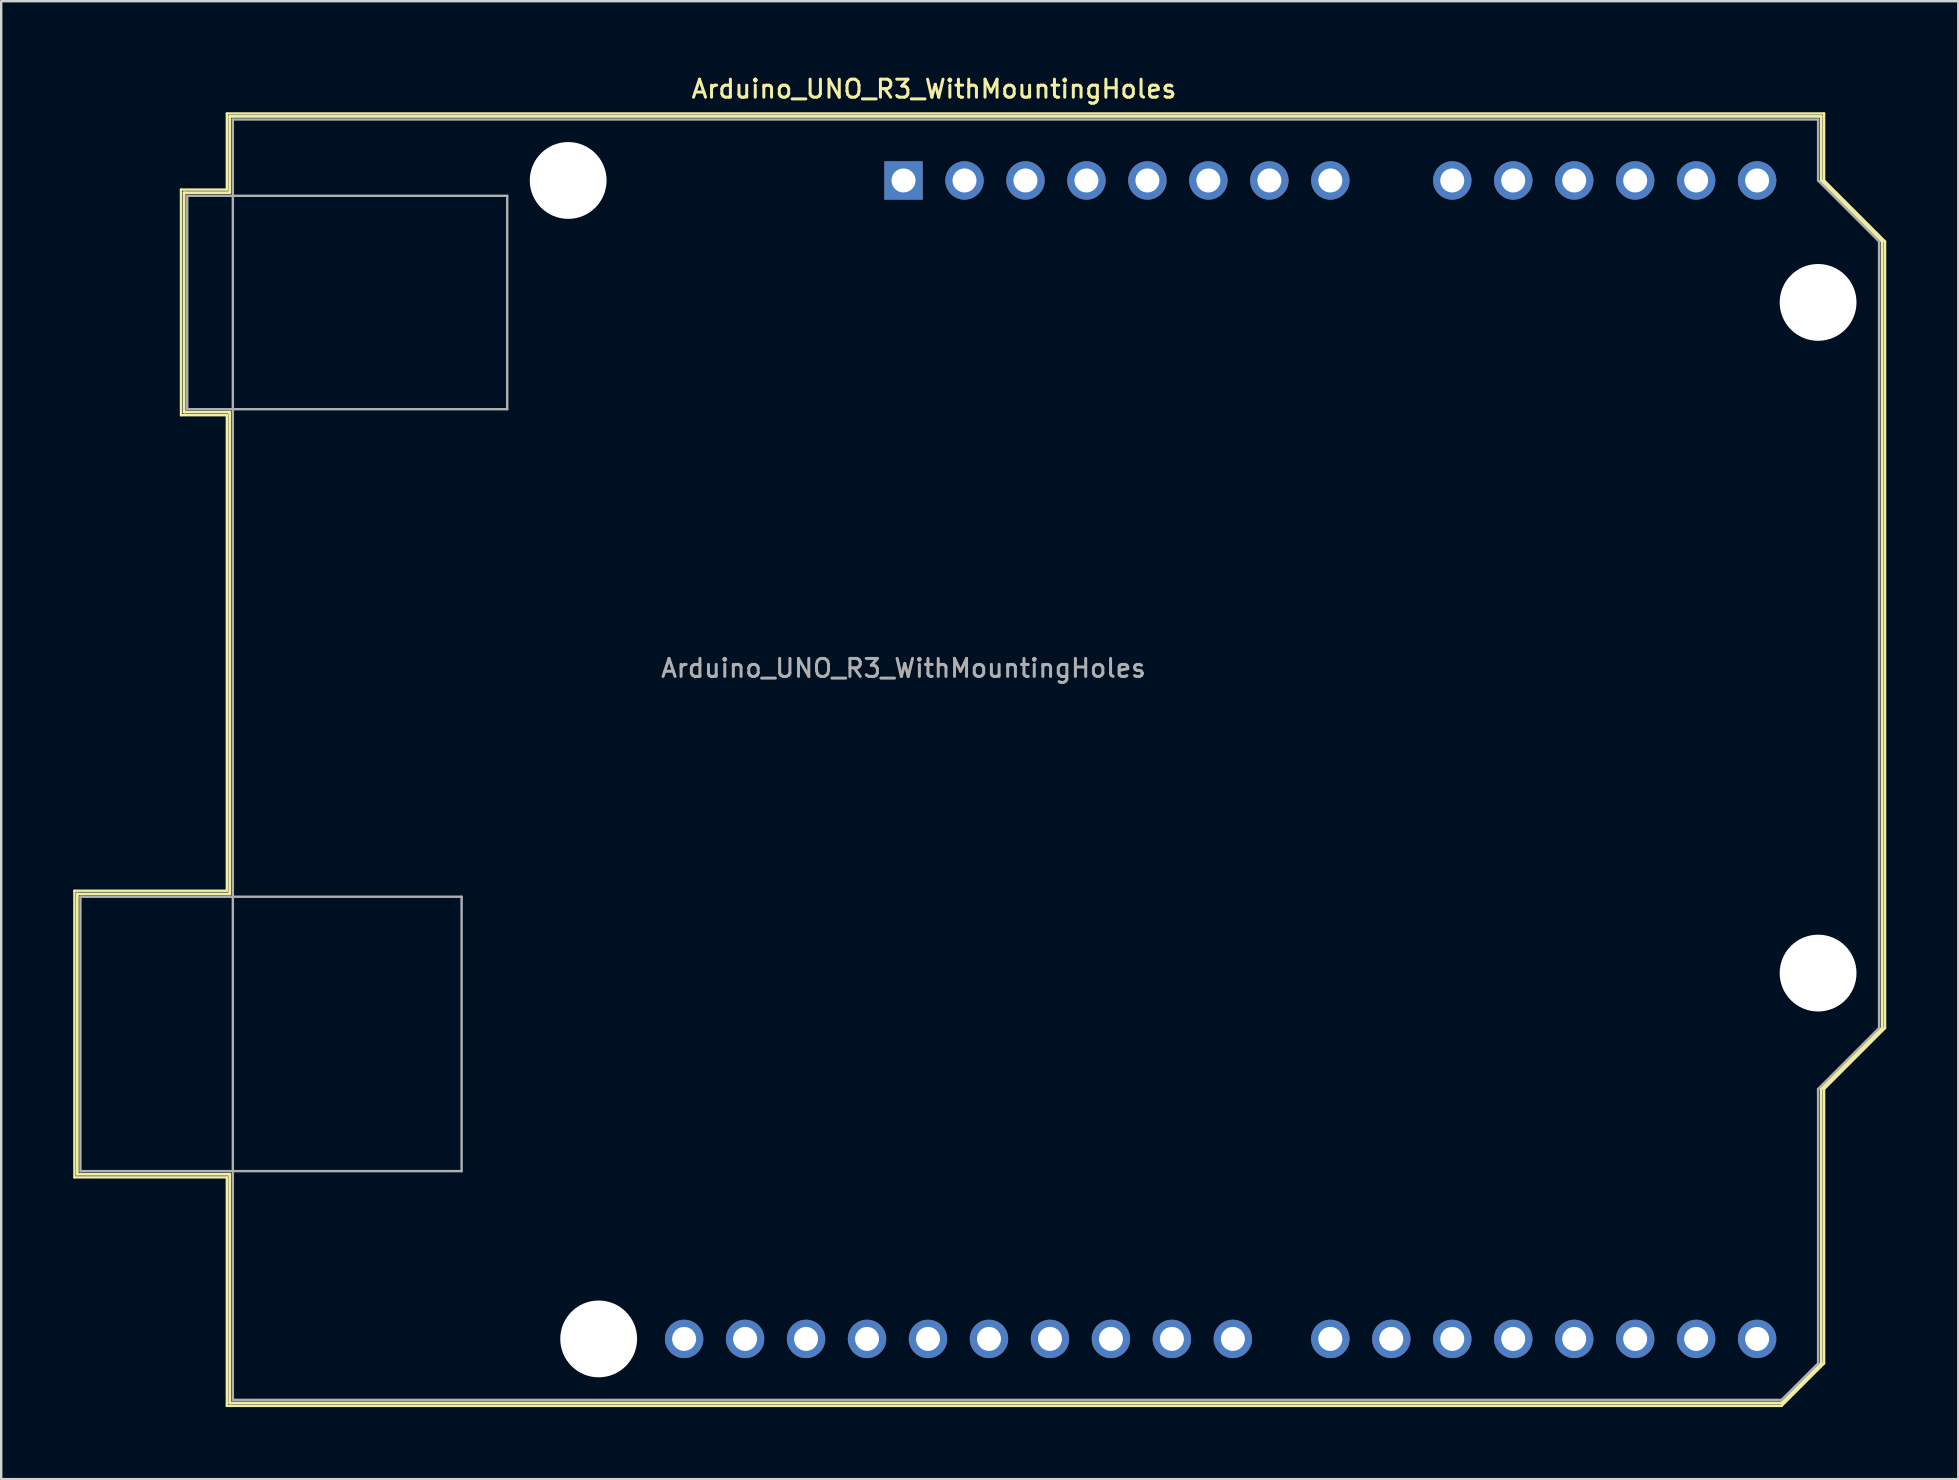
<source format=kicad_pcb>
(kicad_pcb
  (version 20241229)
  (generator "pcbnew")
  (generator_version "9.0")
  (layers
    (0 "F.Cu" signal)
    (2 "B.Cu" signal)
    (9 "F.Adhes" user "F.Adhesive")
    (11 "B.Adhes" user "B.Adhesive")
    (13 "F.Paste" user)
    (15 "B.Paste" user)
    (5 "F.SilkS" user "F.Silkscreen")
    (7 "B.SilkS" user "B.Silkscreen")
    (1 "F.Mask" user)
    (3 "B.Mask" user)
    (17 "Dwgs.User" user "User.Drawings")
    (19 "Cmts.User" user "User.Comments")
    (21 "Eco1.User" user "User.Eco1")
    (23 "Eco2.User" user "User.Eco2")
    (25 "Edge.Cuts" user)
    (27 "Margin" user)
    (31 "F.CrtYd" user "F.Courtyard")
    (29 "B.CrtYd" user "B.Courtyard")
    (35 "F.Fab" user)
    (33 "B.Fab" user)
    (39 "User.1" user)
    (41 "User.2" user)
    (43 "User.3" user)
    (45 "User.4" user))
  (footprint "Arduino_UNO_R3_WithMountingHoles"
    (layer "F.Cu")
    (at 34.59 4.468)
    (property "Reference" "Arduino_UNO_R3_WithMountingHoles" (at 1.27 -3.81 180) (layer "F.SilkS") (effects (font (size 0.75 0.75) (thickness 0.125))))
    (attr through_hole)
    (fp_line (start -34.54 29.59) (end -28.19 29.59) (stroke (width 0.1) (type solid)) (layer "F.SilkS"))
    (fp_line (start -34.54 41.53) (end -34.54 29.59) (stroke (width 0.1) (type solid)) (layer "F.SilkS"))
    (fp_line (start -34.42 29.72) (end -34.42 41.4) (stroke (width 0.12) (type solid)) (layer "F.SilkS"))
    (fp_line (start -34.42 41.4) (end -28.07 41.4) (stroke (width 0.12) (type solid)) (layer "F.SilkS"))
    (fp_line (start -30.1 0.38) (end -28.19 0.38) (stroke (width 0.1) (type solid)) (layer "F.SilkS"))
    (fp_line (start -30.1 9.78) (end -30.1 0.38) (stroke (width 0.1) (type solid)) (layer "F.SilkS"))
    (fp_line (start -29.97 0.51) (end -29.97 9.65) (stroke (width 0.12) (type solid)) (layer "F.SilkS"))
    (fp_line (start -29.97 9.65) (end -28.07 9.65) (stroke (width 0.12) (type solid)) (layer "F.SilkS"))
    (fp_line (start -28.19 -2.79) (end 38.35 -2.79) (stroke (width 0.1) (type solid)) (layer "F.SilkS"))
    (fp_line (start -28.19 0.38) (end -28.19 -2.79) (stroke (width 0.1) (type solid)) (layer "F.SilkS"))
    (fp_line (start -28.19 9.78) (end -30.1 9.78) (stroke (width 0.1) (type solid)) (layer "F.SilkS"))
    (fp_line (start -28.19 29.59) (end -28.19 9.78) (stroke (width 0.1) (type solid)) (layer "F.SilkS"))
    (fp_line (start -28.19 41.53) (end -34.54 41.53) (stroke (width 0.1) (type solid)) (layer "F.SilkS"))
    (fp_line (start -28.19 51.05) (end -28.19 41.53) (stroke (width 0.1) (type solid)) (layer "F.SilkS"))
    (fp_line (start -28.07 -2.67) (end -28.07 0.51) (stroke (width 0.12) (type solid)) (layer "F.SilkS"))
    (fp_line (start -28.07 0.51) (end -29.97 0.51) (stroke (width 0.12) (type solid)) (layer "F.SilkS"))
    (fp_line (start -28.07 9.65) (end -28.07 29.72) (stroke (width 0.12) (type solid)) (layer "F.SilkS"))
    (fp_line (start -28.07 29.72) (end -34.42 29.72) (stroke (width 0.12) (type solid)) (layer "F.SilkS"))
    (fp_line (start -28.07 41.4) (end -28.07 50.93) (stroke (width 0.12) (type solid)) (layer "F.SilkS"))
    (fp_line (start -28.07 50.93) (end 36.58 50.93) (stroke (width 0.12) (type solid)) (layer "F.SilkS"))
    (fp_line (start 36.58 50.93) (end 38.23 49.28) (stroke (width 0.12) (type solid)) (layer "F.SilkS"))
    (fp_line (start 36.58 51.05) (end -28.19 51.05) (stroke (width 0.1) (type solid)) (layer "F.SilkS"))
    (fp_line (start 38.23 -2.67) (end -28.07 -2.67) (stroke (width 0.12) (type solid)) (layer "F.SilkS"))
    (fp_line (start 38.23 0) (end 38.23 -2.67) (stroke (width 0.12) (type solid)) (layer "F.SilkS"))
    (fp_line (start 38.23 37.85) (end 40.77 35.31) (stroke (width 0.12) (type solid)) (layer "F.SilkS"))
    (fp_line (start 38.23 49.28) (end 38.23 37.85) (stroke (width 0.12) (type solid)) (layer "F.SilkS"))
    (fp_line (start 38.35 -2.79) (end 38.35 0) (stroke (width 0.1) (type solid)) (layer "F.SilkS"))
    (fp_line (start 38.35 0) (end 40.89 2.54) (stroke (width 0.1) (type solid)) (layer "F.SilkS"))
    (fp_line (start 38.35 37.85) (end 38.35 49.28) (stroke (width 0.1) (type solid)) (layer "F.SilkS"))
    (fp_line (start 38.35 49.28) (end 36.58 51.05) (stroke (width 0.1) (type solid)) (layer "F.SilkS"))
    (fp_line (start 40.77 2.54) (end 38.23 0) (stroke (width 0.12) (type solid)) (layer "F.SilkS"))
    (fp_line (start 40.77 35.31) (end 40.77 2.54) (stroke (width 0.12) (type solid)) (layer "F.SilkS"))
    (fp_line (start 40.89 2.54) (end 40.89 35.31) (stroke (width 0.1) (type solid)) (layer "F.SilkS"))
    (fp_line (start 40.89 35.31) (end 38.35 37.85) (stroke (width 0.1) (type solid)) (layer "F.SilkS"))
    (fp_line (start -34.29 29.84) (end -18.41 29.84) (stroke (width 0.1) (type solid)) (layer "F.Fab"))
    (fp_line (start -34.29 41.27) (end -34.29 29.84) (stroke (width 0.1) (type solid)) (layer "F.Fab"))
    (fp_line (start -29.84 0.64) (end -16.51 0.64) (stroke (width 0.1) (type solid)) (layer "F.Fab"))
    (fp_line (start -29.84 9.53) (end -29.84 0.64) (stroke (width 0.1) (type solid)) (layer "F.Fab"))
    (fp_line (start -27.94 -2.54) (end 38.1 -2.54) (stroke (width 0.1) (type solid)) (layer "F.Fab"))
    (fp_line (start -27.94 50.8) (end -27.94 -2.54) (stroke (width 0.1) (type solid)) (layer "F.Fab"))
    (fp_line (start -18.41 29.84) (end -18.41 41.27) (stroke (width 0.1) (type solid)) (layer "F.Fab"))
    (fp_line (start -18.41 41.27) (end -34.29 41.27) (stroke (width 0.1) (type solid)) (layer "F.Fab"))
    (fp_line (start -16.51 0.64) (end -16.51 9.53) (stroke (width 0.1) (type solid)) (layer "F.Fab"))
    (fp_line (start -16.51 9.53) (end -29.84 9.53) (stroke (width 0.1) (type solid)) (layer "F.Fab"))
    (fp_line (start 36.58 50.8) (end -27.94 50.8) (stroke (width 0.1) (type solid)) (layer "F.Fab"))
    (fp_line (start 38.1 -2.54) (end 38.1 0) (stroke (width 0.1) (type solid)) (layer "F.Fab"))
    (fp_line (start 38.1 0) (end 40.64 2.54) (stroke (width 0.1) (type solid)) (layer "F.Fab"))
    (fp_line (start 38.1 37.85) (end 38.1 49.28) (stroke (width 0.1) (type solid)) (layer "F.Fab"))
    (fp_line (start 38.1 49.28) (end 36.58 50.8) (stroke (width 0.1) (type solid)) (layer "F.Fab"))
    (fp_line (start 40.64 2.54) (end 40.64 35.31) (stroke (width 0.1) (type solid)) (layer "F.Fab"))
    (fp_line (start 40.64 35.31) (end 38.1 37.85) (stroke (width 0.1) (type solid)) (layer "F.Fab"))
    (fp_text user "${REFERENCE}" (at 0 20.32 180) (layer "F.Fab") (effects (font (size 0.75 0.75) (thickness 0.125))))
    (pad "" np_thru_hole circle (at -13.97 0 90) (size 3.2 3.2) (drill 3.2) (layers "*.Cu" "*.Mask"))
    (pad "" np_thru_hole circle (at -12.7 48.26 90) (size 3.2 3.2) (drill 3.2) (layers "*.Cu" "*.Mask"))
    (pad "" np_thru_hole circle (at 38.1 5.08 90) (size 3.2 3.2) (drill 3.2) (layers "*.Cu" "*.Mask"))
    (pad "" np_thru_hole circle (at 38.1 33.02 90) (size 3.2 3.2) (drill 3.2) (layers "*.Cu" "*.Mask"))
    (pad "1" thru_hole rect (at 0 0 90) (size 1.6 1.6) (drill 1) (layers "*.Cu" "*.Mask"))
    (pad "2" thru_hole oval (at 2.54 0 90) (size 1.6 1.6) (drill 1) (layers "*.Cu" "*.Mask"))
    (pad "3" thru_hole oval (at 5.08 0 90) (size 1.6 1.6) (drill 1) (layers "*.Cu" "*.Mask"))
    (pad "4" thru_hole oval (at 7.62 0 90) (size 1.6 1.6) (drill 1) (layers "*.Cu" "*.Mask"))
    (pad "5" thru_hole oval (at 10.16 0 90) (size 1.6 1.6) (drill 1) (layers "*.Cu" "*.Mask"))
    (pad "6" thru_hole oval (at 12.7 0 90) (size 1.6 1.6) (drill 1) (layers "*.Cu" "*.Mask"))
    (pad "7" thru_hole oval (at 15.24 0 90) (size 1.6 1.6) (drill 1) (layers "*.Cu" "*.Mask"))
    (pad "8" thru_hole oval (at 17.78 0 90) (size 1.6 1.6) (drill 1) (layers "*.Cu" "*.Mask"))
    (pad "9" thru_hole oval (at 22.86 0 90) (size 1.6 1.6) (drill 1) (layers "*.Cu" "*.Mask"))
    (pad "10" thru_hole oval (at 25.4 0 90) (size 1.6 1.6) (drill 1) (layers "*.Cu" "*.Mask"))
    (pad "11" thru_hole oval (at 27.94 0 90) (size 1.6 1.6) (drill 1) (layers "*.Cu" "*.Mask"))
    (pad "12" thru_hole oval (at 30.48 0 90) (size 1.6 1.6) (drill 1) (layers "*.Cu" "*.Mask"))
    (pad "13" thru_hole oval (at 33.02 0 90) (size 1.6 1.6) (drill 1) (layers "*.Cu" "*.Mask"))
    (pad "14" thru_hole oval (at 35.56 0 90) (size 1.6 1.6) (drill 1) (layers "*.Cu" "*.Mask"))
    (pad "15" thru_hole oval (at 35.56 48.26 90) (size 1.6 1.6) (drill 1) (layers "*.Cu" "*.Mask"))
    (pad "16" thru_hole oval (at 33.02 48.26 90) (size 1.6 1.6) (drill 1) (layers "*.Cu" "*.Mask"))
    (pad "17" thru_hole oval (at 30.48 48.26 90) (size 1.6 1.6) (drill 1) (layers "*.Cu" "*.Mask"))
    (pad "18" thru_hole oval (at 27.94 48.26 90) (size 1.6 1.6) (drill 1) (layers "*.Cu" "*.Mask"))
    (pad "19" thru_hole oval (at 25.4 48.26 90) (size 1.6 1.6) (drill 1) (layers "*.Cu" "*.Mask"))
    (pad "20" thru_hole oval (at 22.86 48.26 90) (size 1.6 1.6) (drill 1) (layers "*.Cu" "*.Mask"))
    (pad "21" thru_hole oval (at 20.32 48.26 90) (size 1.6 1.6) (drill 1) (layers "*.Cu" "*.Mask"))
    (pad "22" thru_hole oval (at 17.78 48.26 90) (size 1.6 1.6) (drill 1) (layers "*.Cu" "*.Mask"))
    (pad "23" thru_hole oval (at 13.72 48.26 90) (size 1.6 1.6) (drill 1) (layers "*.Cu" "*.Mask"))
    (pad "24" thru_hole oval (at 11.18 48.26 90) (size 1.6 1.6) (drill 1) (layers "*.Cu" "*.Mask"))
    (pad "25" thru_hole oval (at 8.64 48.26 90) (size 1.6 1.6) (drill 1) (layers "*.Cu" "*.Mask"))
    (pad "26" thru_hole oval (at 6.1 48.26 90) (size 1.6 1.6) (drill 1) (layers "*.Cu" "*.Mask"))
    (pad "27" thru_hole oval (at 3.56 48.26 90) (size 1.6 1.6) (drill 1) (layers "*.Cu" "*.Mask"))
    (pad "28" thru_hole oval (at 1.02 48.26 90) (size 1.6 1.6) (drill 1) (layers "*.Cu" "*.Mask"))
    (pad "29" thru_hole oval (at -1.52 48.26 90) (size 1.6 1.6) (drill 1) (layers "*.Cu" "*.Mask"))
    (pad "30" thru_hole oval (at -4.06 48.26 90) (size 1.6 1.6) (drill 1) (layers "*.Cu" "*.Mask"))
    (pad "31" thru_hole oval (at -6.6 48.26 90) (size 1.6 1.6) (drill 1) (layers "*.Cu" "*.Mask"))
    (pad "32" thru_hole oval (at -9.14 48.26 90) (size 1.6 1.6) (drill 1) (layers "*.Cu" "*.Mask")))
  (gr_rect
    (start -3 -3)
    (end 78.53 58.568)
    (stroke (width 0.1) (type default))
    (fill no)
    (layer "Edge.Cuts")))
</source>
